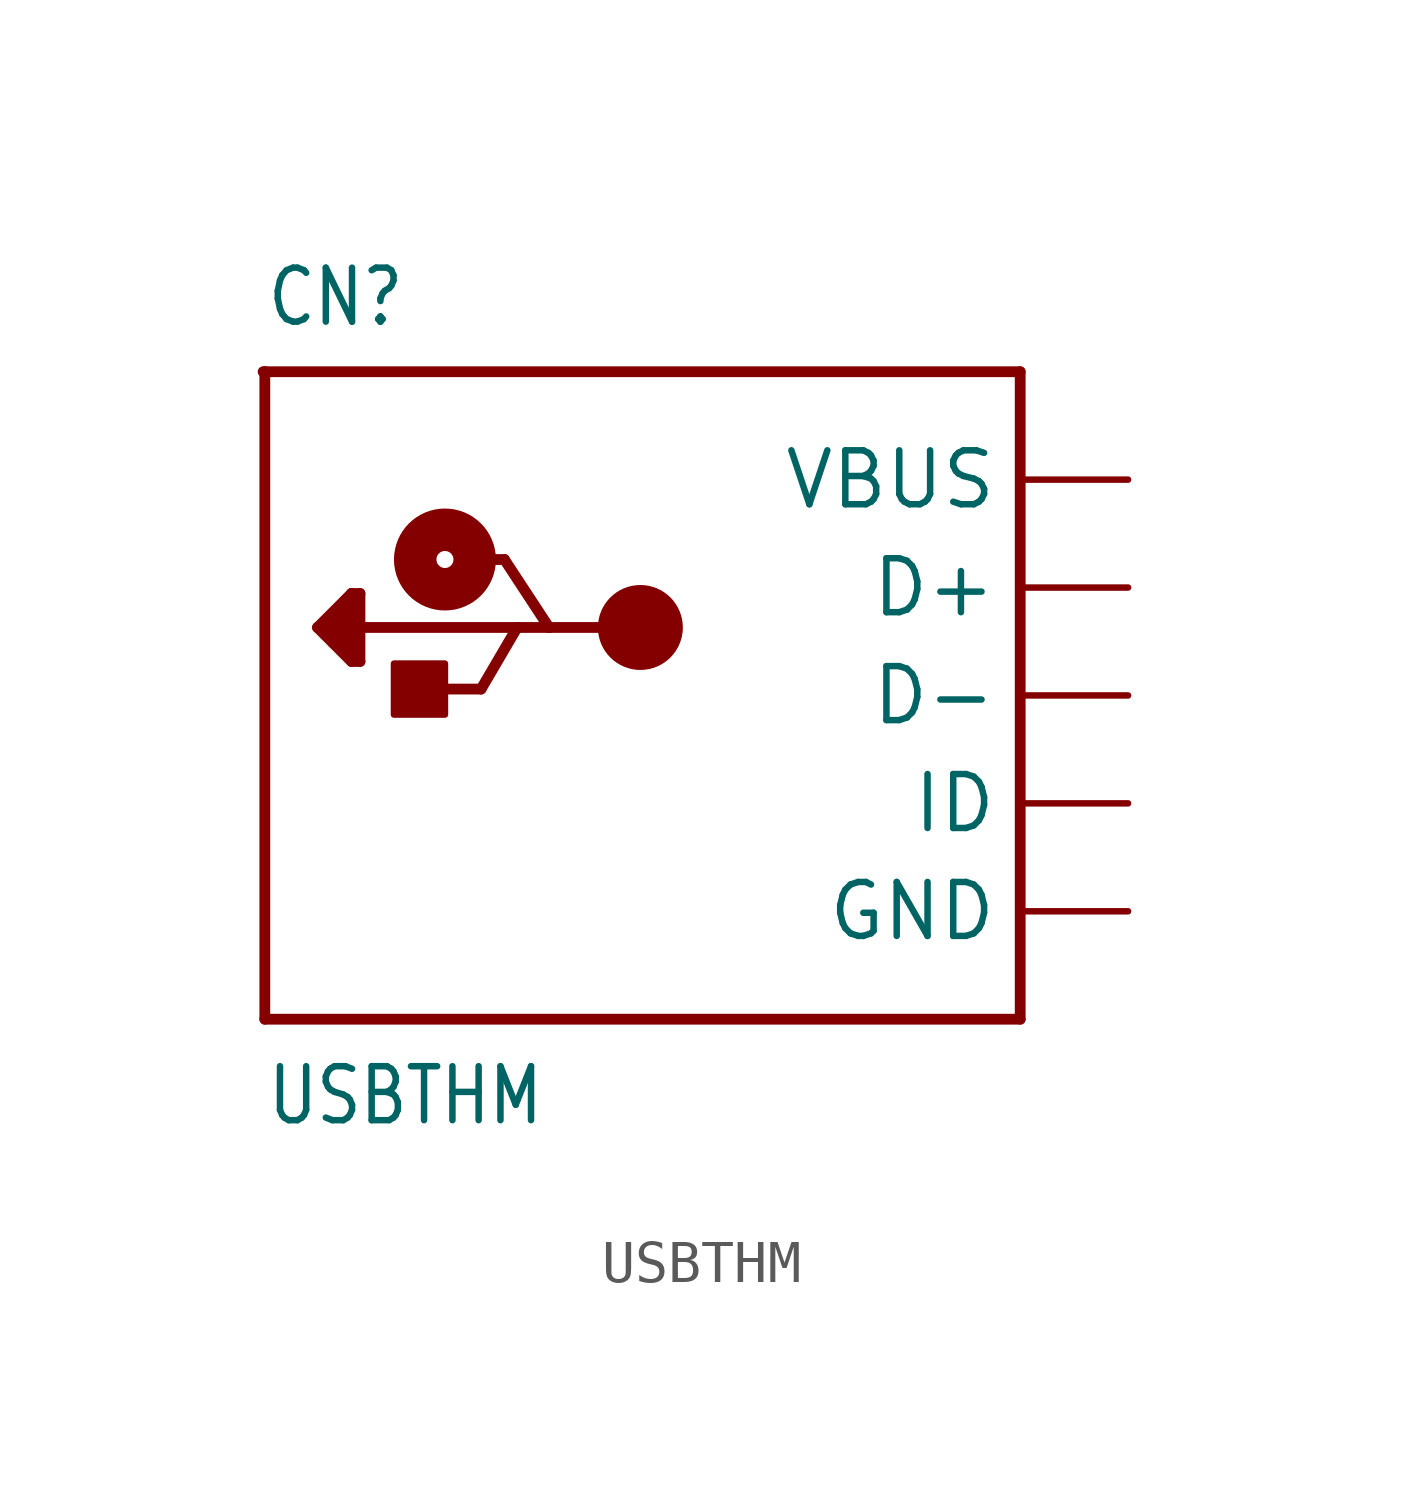
<source format=kicad_sym>
(kicad_symbol_lib
  (version 20211014)
  (generator kicad_symbol_editor)
  (symbol "USBTHM"
    (property "Reference" "CN"
      (at -10.16 8.636 0)
      (effects (font (size 1.27 1.079)) (justify left bottom)))
    (property "Value" "USBTHM"
      (at -10.16 -10.16 0)
      (effects (font (size 1.27 1.079)) (justify left bottom)))
    (property "ki_locked" ""
      (at 0 0 0)
      (effects (font (size 1.27 1.27))))
    (symbol "USBTHM_1_0"
      (rectangle (start -7.12 -0.45) (end -5.92 0.75) (stroke (width 0) (type default) (color 0 0 0 0)) (fill (type outline)))
      (circle (center -5.92 3.2) (radius 0.2) (stroke (width 1) (type default) (color 0 0 0 0)) (fill (type none)))
      (circle (center -1.32 1.6) (radius 0.5) (stroke (width 1) (type default) (color 0 0 0 0)) (fill (type none)))
      (polyline (pts (xy -10.2 7.62) (xy -10.16 7.62)) (stroke (width 0.254) (type default) (color 0 0 0 0)) (fill (type none)))
      (polyline (pts (xy -10.16 -7.62) (xy 7.62 -7.62)) (stroke (width 0.254) (type default) (color 0 0 0 0)) (fill (type none)))
      (polyline (pts (xy -10.16 7.62) (xy -10.16 -7.62)) (stroke (width 0.254) (type default) (color 0 0 0 0)) (fill (type none)))
      (polyline (pts (xy -10.16 7.62) (xy 7.62 7.62)) (stroke (width 0.254) (type default) (color 0 0 0 0)) (fill (type none)))
      (polyline (pts (xy -8.92 1.6) (xy -8.12 2.4)) (stroke (width 0.254) (type default) (color 0 0 0 0)) (fill (type none)))
      (polyline (pts (xy -8.52 1.4) (xy -8.32 1.2)) (stroke (width 0.254) (type default) (color 0 0 0 0)) (fill (type none)))
      (polyline (pts (xy -8.52 1.6) (xy -8.52 1.4)) (stroke (width 0.254) (type default) (color 0 0 0 0)) (fill (type none)))
      (polyline (pts (xy -8.32 1.2) (xy -8.32 2)) (stroke (width 0.254) (type default) (color 0 0 0 0)) (fill (type none)))
      (polyline (pts (xy -8.32 2) (xy -8.72 1.6)) (stroke (width 0.254) (type default) (color 0 0 0 0)) (fill (type none)))
      (polyline (pts (xy -8.12 0.8) (xy -8.92 1.6)) (stroke (width 0.254) (type default) (color 0 0 0 0)) (fill (type none)))
      (polyline (pts (xy -8.12 1) (xy -8.12 2.4)) (stroke (width 0.254) (type default) (color 0 0 0 0)) (fill (type none)))
      (polyline (pts (xy -8.12 2.4) (xy -7.92 2.4)) (stroke (width 0.254) (type default) (color 0 0 0 0)) (fill (type none)))
      (polyline (pts (xy -7.92 0.8) (xy -8.12 0.8)) (stroke (width 0.254) (type default) (color 0 0 0 0)) (fill (type none)))
      (polyline (pts (xy -7.92 1.6) (xy -7.92 0.8)) (stroke (width 0.254) (type default) (color 0 0 0 0)) (fill (type none)))
      (polyline (pts (xy -7.92 2.4) (xy -7.92 1.6)) (stroke (width 0.254) (type default) (color 0 0 0 0)) (fill (type none)))
      (polyline (pts (xy -6.27 0.15) (xy -5.07 0.15)) (stroke (width 0.254) (type default) (color 0 0 0 0)) (fill (type none)))
      (polyline (pts (xy -5.52 3.2) (xy -4.52 3.2)) (stroke (width 0.254) (type default) (color 0 0 0 0)) (fill (type none)))
      (polyline (pts (xy -5.07 0.15) (xy -4.22 1.6)) (stroke (width 0.254) (type default) (color 0 0 0 0)) (fill (type none)))
      (polyline (pts (xy -4.52 3.2) (xy -3.47 1.6)) (stroke (width 0.254) (type default) (color 0 0 0 0)) (fill (type none)))
      (polyline (pts (xy -4.22 1.6) (xy -7.92 1.6)) (stroke (width 0.254) (type default) (color 0 0 0 0)) (fill (type none)))
      (polyline (pts (xy -3.47 1.6) (xy -4.22 1.6)) (stroke (width 0.254) (type default) (color 0 0 0 0)) (fill (type none)))
      (polyline (pts (xy -1.32 1.6) (xy -3.47 1.6)) (stroke (width 0.254) (type default) (color 0 0 0 0)) (fill (type none)))
      (polyline (pts (xy 7.62 7.62) (xy 7.62 -7.62)) (stroke (width 0.254) (type default) (color 0 0 0 0)) (fill (type none)))
      (pin bidirectional line (at 10.16 2.54 180) (length 2.54) (name "D+" (effects (font (size 1.27 1.27)))) (number "D+" (effects (font (size 0 0)))))
      (pin bidirectional line (at 10.16 0 180) (length 2.54) (name "D-" (effects (font (size 1.27 1.27)))) (number "D-" (effects (font (size 0 0)))))
      (pin power_in line (at 10.16 -5.08 180) (length 2.54) (name "GND" (effects (font (size 1.27 1.27)))) (number "GND" (effects (font (size 0 0)))))
      (pin bidirectional line (at 10.16 -2.54 180) (length 2.54) (name "ID" (effects (font (size 1.27 1.27)))) (number "ID" (effects (font (size 0 0)))))
      (pin power_in line (at 10.16 5.08 180) (length 2.54) (name "VBUS" (effects (font (size 1.27 1.27)))) (number "VBUS" (effects (font (size 0 0))))))))
</source>
